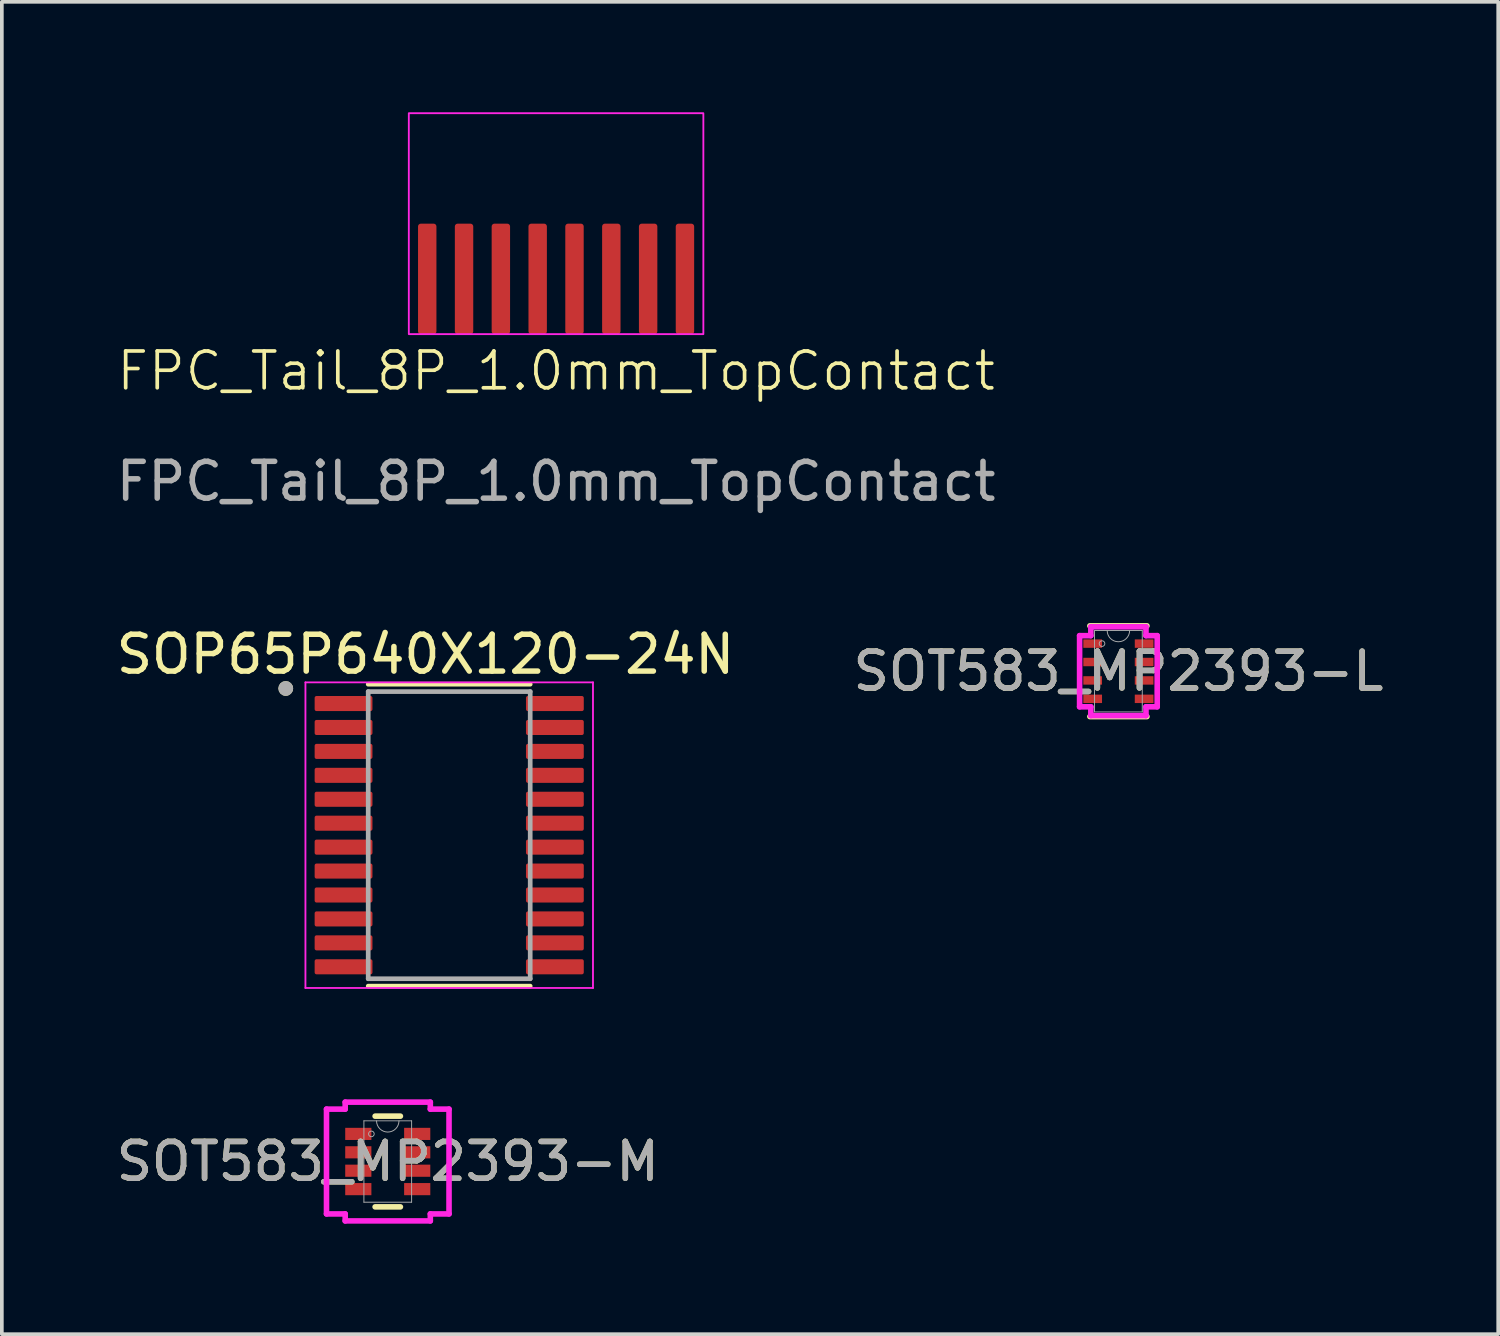
<source format=kicad_pcb>
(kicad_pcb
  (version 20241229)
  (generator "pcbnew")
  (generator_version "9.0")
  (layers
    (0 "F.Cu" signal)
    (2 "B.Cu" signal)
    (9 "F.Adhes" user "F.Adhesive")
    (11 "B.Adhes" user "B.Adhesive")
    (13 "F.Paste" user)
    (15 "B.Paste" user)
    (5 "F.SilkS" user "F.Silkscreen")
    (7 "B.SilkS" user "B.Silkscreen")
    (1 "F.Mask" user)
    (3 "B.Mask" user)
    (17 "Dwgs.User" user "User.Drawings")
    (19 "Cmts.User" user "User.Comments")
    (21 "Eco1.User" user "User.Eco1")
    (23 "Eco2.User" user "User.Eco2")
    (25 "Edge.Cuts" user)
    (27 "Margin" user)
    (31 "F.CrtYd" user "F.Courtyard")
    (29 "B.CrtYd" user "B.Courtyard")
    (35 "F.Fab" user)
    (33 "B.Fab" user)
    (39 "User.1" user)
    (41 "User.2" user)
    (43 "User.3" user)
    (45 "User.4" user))
  (footprint "SOT583_MP2393-L"
    (layer "F.Cu")
    (at 27.327 15.181)
    (property "Reference" "SOT583_MP2393-L" (at 0 0 0) (unlocked yes) (layer "F.SilkS") (effects (font (size 1 1) (thickness 0.15))))
    (attr smd)
    (fp_line (start -0.775 1.232) (end 0.775 1.232) (stroke (width 0.152) (type solid)) (layer "F.SilkS"))
    (fp_line (start 0.775 -1.232) (end -0.775 -1.232) (stroke (width 0.152) (type solid)) (layer "F.SilkS"))
    (fp_line (start -1.054 -0.966) (end -0.749 -0.966) (stroke (width 0.152) (type solid)) (layer "F.CrtYd"))
    (fp_line (start -1.054 0.966) (end -1.054 -0.966) (stroke (width 0.152) (type solid)) (layer "F.CrtYd"))
    (fp_line (start -0.749 -1.206) (end 0.749 -1.206) (stroke (width 0.152) (type solid)) (layer "F.CrtYd"))
    (fp_line (start -0.749 -0.966) (end -0.749 -1.206) (stroke (width 0.152) (type solid)) (layer "F.CrtYd"))
    (fp_line (start -0.749 0.966) (end -1.054 0.966) (stroke (width 0.152) (type solid)) (layer "F.CrtYd"))
    (fp_line (start -0.749 1.206) (end -0.749 0.966) (stroke (width 0.152) (type solid)) (layer "F.CrtYd"))
    (fp_line (start 0.749 -1.206) (end 0.749 -0.966) (stroke (width 0.152) (type solid)) (layer "F.CrtYd"))
    (fp_line (start 0.749 -0.966) (end 1.054 -0.966) (stroke (width 0.152) (type solid)) (layer "F.CrtYd"))
    (fp_line (start 0.749 0.966) (end 0.749 1.206) (stroke (width 0.152) (type solid)) (layer "F.CrtYd"))
    (fp_line (start 0.749 1.206) (end -0.749 1.206) (stroke (width 0.152) (type solid)) (layer "F.CrtYd"))
    (fp_line (start 1.054 -0.966) (end 1.054 0.966) (stroke (width 0.152) (type solid)) (layer "F.CrtYd"))
    (fp_line (start 1.054 0.966) (end 0.749 0.966) (stroke (width 0.152) (type solid)) (layer "F.CrtYd"))
    (fp_line (start -0.648 -1.105) (end -0.648 1.105) (stroke (width 0.025) (type solid)) (layer "F.Fab"))
    (fp_line (start -0.648 1.105) (end 0.648 1.105) (stroke (width 0.025) (type solid)) (layer "F.Fab"))
    (fp_line (start 0.648 -1.105) (end -0.648 -1.105) (stroke (width 0.025) (type solid)) (layer "F.Fab"))
    (fp_line (start 0.648 1.105) (end 0.648 -1.105) (stroke (width 0.025) (type solid)) (layer "F.Fab"))
    (fp_arc (start 0.3048 -1.1049) (mid 0 -0.8001) (end -0.3048 -1.1049) (stroke (width 0.0254) (type solid)) (layer "F.Fab"))
    (fp_circle (center -0.445 -0.75) (end -0.368 -0.75) (stroke (width 0.025) (type solid)) (fill no) (layer "F.Fab"))
    (fp_text user "${REFERENCE}" (at 0 0 0) (unlocked yes) (layer "F.Fab") (effects (font (size 1 1) (thickness 0.15))))
    (pad "1" smd rect (at -0.699 -0.75) (size 0.508 0.229) (layers "F.Cu" "F.Mask" "F.Paste"))
    (pad "2" smd rect (at -0.699 -0.25) (size 0.508 0.229) (layers "F.Cu" "F.Mask" "F.Paste"))
    (pad "3" smd rect (at -0.699 0.25) (size 0.508 0.229) (layers "F.Cu" "F.Mask" "F.Paste"))
    (pad "4" smd rect (at -0.699 0.75) (size 0.508 0.229) (layers "F.Cu" "F.Mask" "F.Paste"))
    (pad "5" smd rect (at 0.699 0.75) (size 0.508 0.229) (layers "F.Cu" "F.Mask" "F.Paste"))
    (pad "6" smd rect (at 0.699 0.25) (size 0.508 0.229) (layers "F.Cu" "F.Mask" "F.Paste"))
    (pad "7" smd rect (at 0.699 -0.25) (size 0.508 0.229) (layers "F.Cu" "F.Mask" "F.Paste"))
    (pad "8" smd rect (at 0.699 -0.75) (size 0.508 0.229) (layers "F.Cu" "F.Mask" "F.Paste")))
  (footprint "SOP65P640X120-24N"
    (layer "F.Cu")
    (at 9.151 19.634)
    (property "Reference" "SOP65P640X120-24N" (at -0.645 -4.912 0) (layer "F.SilkS") (effects (font (size 1 1) (thickness 0.15))))
    (attr smd)
    (fp_line (start -2.2 -4.1) (end 2.2 -4.1) (stroke (width 0.127) (type solid)) (layer "F.SilkS"))
    (fp_line (start -2.2 4.1) (end 2.2 4.1) (stroke (width 0.127) (type solid)) (layer "F.SilkS"))
    (fp_circle (center -4.44 -3.985) (end -4.34 -3.985) (stroke (width 0.2) (type solid)) (fill no) (layer "F.SilkS"))
    (fp_line (start -3.905 -4.15) (end -3.905 4.15) (stroke (width 0.05) (type solid)) (layer "F.CrtYd"))
    (fp_line (start -3.905 -4.15) (end 3.905 -4.15) (stroke (width 0.05) (type solid)) (layer "F.CrtYd"))
    (fp_line (start -3.905 4.15) (end 3.905 4.15) (stroke (width 0.05) (type solid)) (layer "F.CrtYd"))
    (fp_line (start 3.905 -4.15) (end 3.905 4.15) (stroke (width 0.05) (type solid)) (layer "F.CrtYd"))
    (fp_line (start -2.2 -3.9) (end -2.2 3.9) (stroke (width 0.127) (type solid)) (layer "F.Fab"))
    (fp_line (start -2.2 -3.9) (end 2.2 -3.9) (stroke (width 0.127) (type solid)) (layer "F.Fab"))
    (fp_line (start -2.2 3.9) (end 2.2 3.9) (stroke (width 0.127) (type solid)) (layer "F.Fab"))
    (fp_line (start 2.2 -3.9) (end 2.2 3.9) (stroke (width 0.127) (type solid)) (layer "F.Fab"))
    (fp_circle (center -4.44 -3.985) (end -4.34 -3.985) (stroke (width 0.2) (type solid)) (fill no) (layer "F.Fab"))
    (pad "1" smd roundrect (at -2.87 -3.575) (size 1.57 0.41) (layers "F.Cu" "F.Mask" "F.Paste") (roundrect_rratio 0.125))
    (pad "2" smd roundrect (at -2.87 -2.925) (size 1.57 0.41) (layers "F.Cu" "F.Mask" "F.Paste") (roundrect_rratio 0.125))
    (pad "3" smd roundrect (at -2.87 -2.275) (size 1.57 0.41) (layers "F.Cu" "F.Mask" "F.Paste") (roundrect_rratio 0.125))
    (pad "4" smd roundrect (at -2.87 -1.625) (size 1.57 0.41) (layers "F.Cu" "F.Mask" "F.Paste") (roundrect_rratio 0.125))
    (pad "5" smd roundrect (at -2.87 -0.975) (size 1.57 0.41) (layers "F.Cu" "F.Mask" "F.Paste") (roundrect_rratio 0.125))
    (pad "6" smd roundrect (at -2.87 -0.325) (size 1.57 0.41) (layers "F.Cu" "F.Mask" "F.Paste") (roundrect_rratio 0.125))
    (pad "7" smd roundrect (at -2.87 0.325) (size 1.57 0.41) (layers "F.Cu" "F.Mask" "F.Paste") (roundrect_rratio 0.125))
    (pad "8" smd roundrect (at -2.87 0.975) (size 1.57 0.41) (layers "F.Cu" "F.Mask" "F.Paste") (roundrect_rratio 0.125))
    (pad "9" smd roundrect (at -2.87 1.625) (size 1.57 0.41) (layers "F.Cu" "F.Mask" "F.Paste") (roundrect_rratio 0.125))
    (pad "10" smd roundrect (at -2.87 2.275) (size 1.57 0.41) (layers "F.Cu" "F.Mask" "F.Paste") (roundrect_rratio 0.125))
    (pad "11" smd roundrect (at -2.87 2.925) (size 1.57 0.41) (layers "F.Cu" "F.Mask" "F.Paste") (roundrect_rratio 0.125))
    (pad "12" smd roundrect (at -2.87 3.575) (size 1.57 0.41) (layers "F.Cu" "F.Mask" "F.Paste") (roundrect_rratio 0.125))
    (pad "13" smd roundrect (at 2.87 3.575) (size 1.57 0.41) (layers "F.Cu" "F.Mask" "F.Paste") (roundrect_rratio 0.125))
    (pad "14" smd roundrect (at 2.87 2.925) (size 1.57 0.41) (layers "F.Cu" "F.Mask" "F.Paste") (roundrect_rratio 0.125))
    (pad "15" smd roundrect (at 2.87 2.275) (size 1.57 0.41) (layers "F.Cu" "F.Mask" "F.Paste") (roundrect_rratio 0.125))
    (pad "16" smd roundrect (at 2.87 1.625) (size 1.57 0.41) (layers "F.Cu" "F.Mask" "F.Paste") (roundrect_rratio 0.125))
    (pad "17" smd roundrect (at 2.87 0.975) (size 1.57 0.41) (layers "F.Cu" "F.Mask" "F.Paste") (roundrect_rratio 0.125))
    (pad "18" smd roundrect (at 2.87 0.325) (size 1.57 0.41) (layers "F.Cu" "F.Mask" "F.Paste") (roundrect_rratio 0.125))
    (pad "19" smd roundrect (at 2.87 -0.325) (size 1.57 0.41) (layers "F.Cu" "F.Mask" "F.Paste") (roundrect_rratio 0.125))
    (pad "20" smd roundrect (at 2.87 -0.975) (size 1.57 0.41) (layers "F.Cu" "F.Mask" "F.Paste") (roundrect_rratio 0.125))
    (pad "21" smd roundrect (at 2.87 -1.625) (size 1.57 0.41) (layers "F.Cu" "F.Mask" "F.Paste") (roundrect_rratio 0.125))
    (pad "22" smd roundrect (at 2.87 -2.275) (size 1.57 0.41) (layers "F.Cu" "F.Mask" "F.Paste") (roundrect_rratio 0.125))
    (pad "23" smd roundrect (at 2.87 -2.925) (size 1.57 0.41) (layers "F.Cu" "F.Mask" "F.Paste") (roundrect_rratio 0.125))
    (pad "24" smd roundrect (at 2.87 -3.575) (size 1.57 0.41) (layers "F.Cu" "F.Mask" "F.Paste") (roundrect_rratio 0.125)))
  (footprint "FPC_Tail_8P_1.0mm_TopContact"
    (layer "F.Cu")
    (at 12.054 4.525)
    (property "Reference" "FPC_Tail_8P_1.0mm_TopContact" (at 0 2.5 0) (unlocked yes) (layer "F.SilkS") (effects (font (size 1 1) (thickness 0.1))))
    (attr smd)
    (fp_rect (start -4 -4.5) (end 4 1.5) (stroke (width 0.05) (type default)) (fill no) (layer "F.CrtYd"))
    (fp_text user "${REFERENCE}" (at 0 5.5 0) (unlocked yes) (layer "F.Fab") (effects (font (size 1 1) (thickness 0.15))))
    (pad "1" smd roundrect (at -3.5 0) (size 0.5 3) (layers "F.Cu" "F.Mask" "F.Paste") (roundrect_rratio 0.15))
    (pad "2" smd roundrect (at -2.5 0) (size 0.5 3) (layers "F.Cu" "F.Mask" "F.Paste") (roundrect_rratio 0.15))
    (pad "3" smd roundrect (at -1.5 0) (size 0.5 3) (layers "F.Cu" "F.Mask" "F.Paste") (roundrect_rratio 0.15))
    (pad "4" smd roundrect (at -0.5 0) (size 0.5 3) (layers "F.Cu" "F.Mask" "F.Paste") (roundrect_rratio 0.15))
    (pad "5" smd roundrect (at 0.5 0) (size 0.5 3) (layers "F.Cu" "F.Mask" "F.Paste") (roundrect_rratio 0.15))
    (pad "6" smd roundrect (at 1.5 0) (size 0.5 3) (layers "F.Cu" "F.Mask" "F.Paste") (roundrect_rratio 0.15))
    (pad "7" smd roundrect (at 2.5 0) (size 0.5 3) (layers "F.Cu" "F.Mask" "F.Paste") (roundrect_rratio 0.15))
    (pad "8" smd roundrect (at 3.5 0) (size 0.5 3) (layers "F.Cu" "F.Mask" "F.Paste") (roundrect_rratio 0.15)))
  (footprint "SOT583_MP2393-M"
    (layer "F.Cu")
    (at 7.482 28.498)
    (property "Reference" "SOT583_MP2393-M" (at 0 0 0) (unlocked yes) (layer "F.SilkS") (effects (font (size 1 1) (thickness 0.15))))
    (attr smd)
    (fp_line (start -0.343 1.232) (end 0.343 1.232) (stroke (width 0.152) (type solid)) (layer "F.SilkS"))
    (fp_line (start 0.343 -1.232) (end -0.343 -1.232) (stroke (width 0.152) (type solid)) (layer "F.SilkS"))
    (fp_line (start -1.664 -1.423) (end -1.156 -1.423) (stroke (width 0.152) (type solid)) (layer "F.CrtYd"))
    (fp_line (start -1.664 1.423) (end -1.664 -1.423) (stroke (width 0.152) (type solid)) (layer "F.CrtYd"))
    (fp_line (start -1.156 -1.613) (end 1.156 -1.613) (stroke (width 0.152) (type solid)) (layer "F.CrtYd"))
    (fp_line (start -1.156 -1.423) (end -1.156 -1.613) (stroke (width 0.152) (type solid)) (layer "F.CrtYd"))
    (fp_line (start -1.156 1.423) (end -1.664 1.423) (stroke (width 0.152) (type solid)) (layer "F.CrtYd"))
    (fp_line (start -1.156 1.613) (end -1.156 1.423) (stroke (width 0.152) (type solid)) (layer "F.CrtYd"))
    (fp_line (start 1.156 -1.613) (end 1.156 -1.423) (stroke (width 0.152) (type solid)) (layer "F.CrtYd"))
    (fp_line (start 1.156 -1.423) (end 1.664 -1.423) (stroke (width 0.152) (type solid)) (layer "F.CrtYd"))
    (fp_line (start 1.156 1.423) (end 1.156 1.613) (stroke (width 0.152) (type solid)) (layer "F.CrtYd"))
    (fp_line (start 1.156 1.613) (end -1.156 1.613) (stroke (width 0.152) (type solid)) (layer "F.CrtYd"))
    (fp_line (start 1.664 -1.423) (end 1.664 1.423) (stroke (width 0.152) (type solid)) (layer "F.CrtYd"))
    (fp_line (start 1.664 1.423) (end 1.156 1.423) (stroke (width 0.152) (type solid)) (layer "F.CrtYd"))
    (fp_line (start -0.648 -1.105) (end -0.648 1.105) (stroke (width 0.025) (type solid)) (layer "F.Fab"))
    (fp_line (start -0.648 1.105) (end 0.648 1.105) (stroke (width 0.025) (type solid)) (layer "F.Fab"))
    (fp_line (start 0.648 -1.105) (end -0.648 -1.105) (stroke (width 0.025) (type solid)) (layer "F.Fab"))
    (fp_line (start 0.648 1.105) (end 0.648 -1.105) (stroke (width 0.025) (type solid)) (layer "F.Fab"))
    (fp_arc (start 0.3048 -1.1049) (mid 0 -0.8001) (end -0.3048 -1.1049) (stroke (width 0.0254) (type solid)) (layer "F.Fab"))
    (fp_circle (center -0.445 -0.75) (end -0.368 -0.75) (stroke (width 0.025) (type solid)) (fill no) (layer "F.Fab"))
    (fp_text user "${REFERENCE}" (at 0 0 0) (unlocked yes) (layer "F.Fab") (effects (font (size 1 1) (thickness 0.15))))
    (pad "1" smd rect (at -0.8 -0.75) (size 0.711 0.33) (layers "F.Cu" "F.Mask" "F.Paste"))
    (pad "2" smd rect (at -0.8 -0.25) (size 0.711 0.33) (layers "F.Cu" "F.Mask" "F.Paste"))
    (pad "3" smd rect (at -0.8 0.25) (size 0.711 0.33) (layers "F.Cu" "F.Mask" "F.Paste"))
    (pad "4" smd rect (at -0.8 0.75) (size 0.711 0.33) (layers "F.Cu" "F.Mask" "F.Paste"))
    (pad "5" smd rect (at 0.8 0.75) (size 0.711 0.33) (layers "F.Cu" "F.Mask" "F.Paste"))
    (pad "6" smd rect (at 0.8 0.25) (size 0.711 0.33) (layers "F.Cu" "F.Mask" "F.Paste"))
    (pad "7" smd rect (at 0.8 -0.25) (size 0.711 0.33) (layers "F.Cu" "F.Mask" "F.Paste"))
    (pad "8" smd rect (at 0.8 -0.75) (size 0.711 0.33) (layers "F.Cu" "F.Mask" "F.Paste")))
  (gr_rect
    (start -3 -3)
    (end 37.643 33.187)
    (stroke (width 0.1) (type default))
    (fill no)
    (layer "Edge.Cuts")))
</source>
